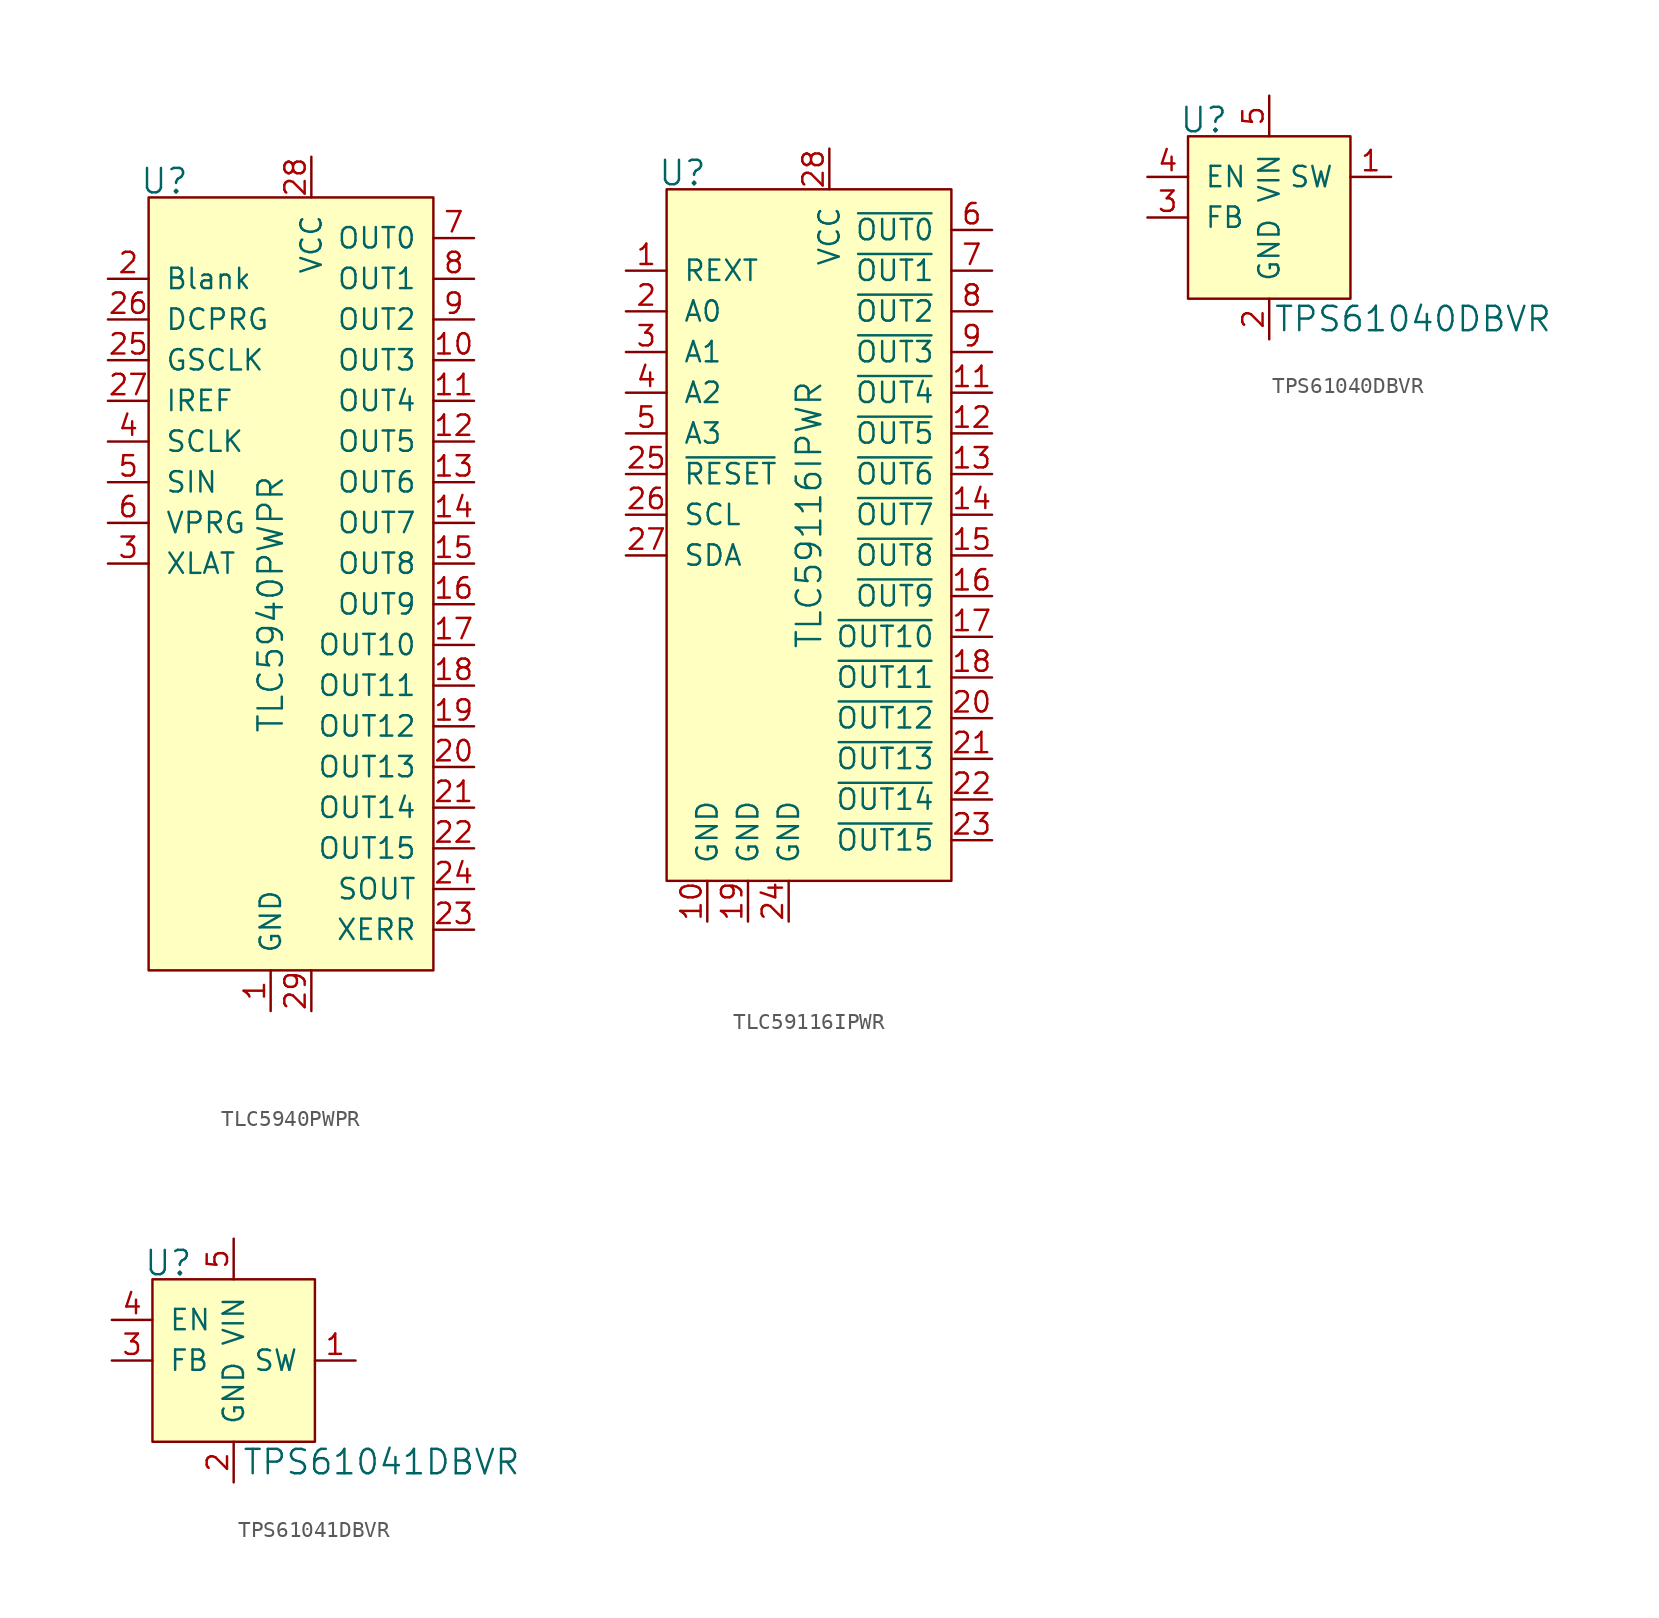
<source format=kicad_sym>
(kicad_symbol_lib
  (version 20231120)
  (generator "kicad_symbol_editor")
  (generator_version "8.0")
  (symbol "TLC5940PWPR"
    (pin_names
      (offset 1.016))
    (property "Reference" "U"
      (at -5.08 13.716 0)
      (effects (font (size 1.524 1.524)) (justify right)))
    (property "Value" "TLC5940PWPR"
      (at 0 -12.7 90)
      (effects (font (size 1.524 1.524))))
    (symbol "TLC5940PWPR_0_1"
      (rectangle (start -7.62 12.7) (end 10.16 -35.56) (stroke (width 0) (type solid)) (fill (type background))))
    (symbol "TLC5940PWPR_1_1"
      (pin power_in line (at 0 -38.1 90) (length 2.54) (name "GND" (effects (font (size 1.27 1.27)))) (number "1" (effects (font (size 1.27 1.27)))))
      (pin power_out line (at 12.7 2.54 180) (length 2.54) (name "OUT3" (effects (font (size 1.27 1.27)))) (number "10" (effects (font (size 1.27 1.27)))))
      (pin power_out line (at 12.7 0 180) (length 2.54) (name "OUT4" (effects (font (size 1.27 1.27)))) (number "11" (effects (font (size 1.27 1.27)))))
      (pin power_out line (at 12.7 -2.54 180) (length 2.54) (name "OUT5" (effects (font (size 1.27 1.27)))) (number "12" (effects (font (size 1.27 1.27)))))
      (pin power_out line (at 12.7 -5.08 180) (length 2.54) (name "OUT6" (effects (font (size 1.27 1.27)))) (number "13" (effects (font (size 1.27 1.27)))))
      (pin power_out line (at 12.7 -7.62 180) (length 2.54) (name "OUT7" (effects (font (size 1.27 1.27)))) (number "14" (effects (font (size 1.27 1.27)))))
      (pin power_out line (at 12.7 -10.16 180) (length 2.54) (name "OUT8" (effects (font (size 1.27 1.27)))) (number "15" (effects (font (size 1.27 1.27)))))
      (pin power_out line (at 12.7 -12.7 180) (length 2.54) (name "OUT9" (effects (font (size 1.27 1.27)))) (number "16" (effects (font (size 1.27 1.27)))))
      (pin power_out line (at 12.7 -15.24 180) (length 2.54) (name "OUT10" (effects (font (size 1.27 1.27)))) (number "17" (effects (font (size 1.27 1.27)))))
      (pin power_out line (at 12.7 -17.78 180) (length 2.54) (name "OUT11" (effects (font (size 1.27 1.27)))) (number "18" (effects (font (size 1.27 1.27)))))
      (pin power_out line (at 12.7 -20.32 180) (length 2.54) (name "OUT12" (effects (font (size 1.27 1.27)))) (number "19" (effects (font (size 1.27 1.27)))))
      (pin input line (at -10.16 7.62 0) (length 2.54) (name "Blank" (effects (font (size 1.27 1.27)))) (number "2" (effects (font (size 1.27 1.27)))))
      (pin power_out line (at 12.7 -22.86 180) (length 2.54) (name "OUT13" (effects (font (size 1.27 1.27)))) (number "20" (effects (font (size 1.27 1.27)))))
      (pin power_out line (at 12.7 -25.4 180) (length 2.54) (name "OUT14" (effects (font (size 1.27 1.27)))) (number "21" (effects (font (size 1.27 1.27)))))
      (pin power_out line (at 12.7 -27.94 180) (length 2.54) (name "OUT15" (effects (font (size 1.27 1.27)))) (number "22" (effects (font (size 1.27 1.27)))))
      (pin output line (at 12.7 -33.02 180) (length 2.54) (name "XERR" (effects (font (size 1.27 1.27)))) (number "23" (effects (font (size 1.27 1.27)))))
      (pin output line (at 12.7 -30.48 180) (length 2.54) (name "SOUT" (effects (font (size 1.27 1.27)))) (number "24" (effects (font (size 1.27 1.27)))))
      (pin input line (at -10.16 2.54 0) (length 2.54) (name "GSCLK" (effects (font (size 1.27 1.27)))) (number "25" (effects (font (size 1.27 1.27)))))
      (pin input line (at -10.16 5.08 0) (length 2.54) (name "DCPRG" (effects (font (size 1.27 1.27)))) (number "26" (effects (font (size 1.27 1.27)))))
      (pin passive line (at -10.16 0 0) (length 2.54) (name "IREF" (effects (font (size 1.27 1.27)))) (number "27" (effects (font (size 1.27 1.27)))))
      (pin power_in line (at 2.54 15.24 270) (length 2.54) (name "VCC" (effects (font (size 1.27 1.27)))) (number "28" (effects (font (size 1.27 1.27)))))
      (pin power_in line (at 2.54 -38.1 90) (length 2.54) (name "~" (effects (font (size 1.27 1.27)))) (number "29" (effects (font (size 1.27 1.27)))))
      (pin input line (at -10.16 -10.16 0) (length 2.54) (name "XLAT" (effects (font (size 1.27 1.27)))) (number "3" (effects (font (size 1.27 1.27)))))
      (pin input line (at -10.16 -2.54 0) (length 2.54) (name "SCLK" (effects (font (size 1.27 1.27)))) (number "4" (effects (font (size 1.27 1.27)))))
      (pin input line (at -10.16 -5.08 0) (length 2.54) (name "SIN" (effects (font (size 1.27 1.27)))) (number "5" (effects (font (size 1.27 1.27)))))
      (pin input line (at -10.16 -7.62 0) (length 2.54) (name "VPRG" (effects (font (size 1.27 1.27)))) (number "6" (effects (font (size 1.27 1.27)))))
      (pin power_out line (at 12.7 10.16 180) (length 2.54) (name "OUT0" (effects (font (size 1.27 1.27)))) (number "7" (effects (font (size 1.27 1.27)))))
      (pin power_out line (at 12.7 7.62 180) (length 2.54) (name "OUT1" (effects (font (size 1.27 1.27)))) (number "8" (effects (font (size 1.27 1.27)))))
      (pin power_out line (at 12.7 5.08 180) (length 2.54) (name "OUT2" (effects (font (size 1.27 1.27)))) (number "9" (effects (font (size 1.27 1.27)))))))
  (symbol "TLC59116IPWR"
    (pin_names
      (offset 1.016))
    (property "Reference" "U"
      (at -12.7 11.176 0)
      (effects (font (size 1.524 1.524)) (justify right)))
    (property "Value" "TLC59116IPWR"
      (at -6.35 -10.16 90)
      (effects (font (size 1.524 1.524))))
    (symbol "TLC59116IPWR_0_1"
      (rectangle (start -15.24 10.16) (end 2.54 -33.02) (stroke (width 0) (type solid)) (fill (type background))))
    (symbol "TLC59116IPWR_1_1"
      (pin passive line (at -17.78 5.08 0) (length 2.54) (name "REXT" (effects (font (size 1.27 1.27)))) (number "1" (effects (font (size 1.27 1.27)))))
      (pin power_in line (at -12.7 -35.56 90) (length 2.54) (name "GND" (effects (font (size 1.27 1.27)))) (number "10" (effects (font (size 1.27 1.27)))))
      (pin power_out line (at 5.08 -2.54 180) (length 2.54) (name "~{OUT4}" (effects (font (size 1.27 1.27)))) (number "11" (effects (font (size 1.27 1.27)))))
      (pin power_out line (at 5.08 -5.08 180) (length 2.54) (name "~{OUT5}" (effects (font (size 1.27 1.27)))) (number "12" (effects (font (size 1.27 1.27)))))
      (pin power_out line (at 5.08 -7.62 180) (length 2.54) (name "~{OUT6}" (effects (font (size 1.27 1.27)))) (number "13" (effects (font (size 1.27 1.27)))))
      (pin power_out line (at 5.08 -10.16 180) (length 2.54) (name "~{OUT7}" (effects (font (size 1.27 1.27)))) (number "14" (effects (font (size 1.27 1.27)))))
      (pin power_out line (at 5.08 -12.7 180) (length 2.54) (name "~{OUT8}" (effects (font (size 1.27 1.27)))) (number "15" (effects (font (size 1.27 1.27)))))
      (pin power_out line (at 5.08 -15.24 180) (length 2.54) (name "~{OUT9}" (effects (font (size 1.27 1.27)))) (number "16" (effects (font (size 1.27 1.27)))))
      (pin power_out line (at 5.08 -17.78 180) (length 2.54) (name "~{OUT10}" (effects (font (size 1.27 1.27)))) (number "17" (effects (font (size 1.27 1.27)))))
      (pin power_out line (at 5.08 -20.32 180) (length 2.54) (name "~{OUT11}" (effects (font (size 1.27 1.27)))) (number "18" (effects (font (size 1.27 1.27)))))
      (pin power_in line (at -10.16 -35.56 90) (length 2.54) (name "GND" (effects (font (size 1.27 1.27)))) (number "19" (effects (font (size 1.27 1.27)))))
      (pin input line (at -17.78 2.54 0) (length 2.54) (name "A0" (effects (font (size 1.27 1.27)))) (number "2" (effects (font (size 1.27 1.27)))))
      (pin power_out line (at 5.08 -22.86 180) (length 2.54) (name "~{OUT12}" (effects (font (size 1.27 1.27)))) (number "20" (effects (font (size 1.27 1.27)))))
      (pin power_out line (at 5.08 -25.4 180) (length 2.54) (name "~{OUT13}" (effects (font (size 1.27 1.27)))) (number "21" (effects (font (size 1.27 1.27)))))
      (pin power_out line (at 5.08 -27.94 180) (length 2.54) (name "~{OUT14}" (effects (font (size 1.27 1.27)))) (number "22" (effects (font (size 1.27 1.27)))))
      (pin power_out line (at 5.08 -30.48 180) (length 2.54) (name "~{OUT15}" (effects (font (size 1.27 1.27)))) (number "23" (effects (font (size 1.27 1.27)))))
      (pin power_in line (at -7.62 -35.56 90) (length 2.54) (name "GND" (effects (font (size 1.27 1.27)))) (number "24" (effects (font (size 1.27 1.27)))))
      (pin input line (at -17.78 -7.62 0) (length 2.54) (name "~{RESET}" (effects (font (size 1.27 1.27)))) (number "25" (effects (font (size 1.27 1.27)))))
      (pin input line (at -17.78 -10.16 0) (length 2.54) (name "SCL" (effects (font (size 1.27 1.27)))) (number "26" (effects (font (size 1.27 1.27)))))
      (pin bidirectional line (at -17.78 -12.7 0) (length 2.54) (name "SDA" (effects (font (size 1.27 1.27)))) (number "27" (effects (font (size 1.27 1.27)))))
      (pin power_in line (at -5.08 12.7 270) (length 2.54) (name "VCC" (effects (font (size 1.27 1.27)))) (number "28" (effects (font (size 1.27 1.27)))))
      (pin input line (at -17.78 0 0) (length 2.54) (name "A1" (effects (font (size 1.27 1.27)))) (number "3" (effects (font (size 1.27 1.27)))))
      (pin input line (at -17.78 -2.54 0) (length 2.54) (name "A2" (effects (font (size 1.27 1.27)))) (number "4" (effects (font (size 1.27 1.27)))))
      (pin input line (at -17.78 -5.08 0) (length 2.54) (name "A3" (effects (font (size 1.27 1.27)))) (number "5" (effects (font (size 1.27 1.27)))))
      (pin power_out line (at 5.08 7.62 180) (length 2.54) (name "~{OUT0}" (effects (font (size 1.27 1.27)))) (number "6" (effects (font (size 1.27 1.27)))))
      (pin power_out line (at 5.08 5.08 180) (length 2.54) (name "~{OUT1}" (effects (font (size 1.27 1.27)))) (number "7" (effects (font (size 1.27 1.27)))))
      (pin power_out line (at 5.08 2.54 180) (length 2.54) (name "~{OUT2}" (effects (font (size 1.27 1.27)))) (number "8" (effects (font (size 1.27 1.27)))))
      (pin power_out line (at 5.08 0 180) (length 2.54) (name "~{OUT3}" (effects (font (size 1.27 1.27)))) (number "9" (effects (font (size 1.27 1.27)))))))
  (symbol "TPS61040DBVR"
    (pin_names
      (offset 1.016))
    (property "Reference" "U"
      (at -2.54 6.096 0)
      (effects (font (size 1.524 1.524)) (justify right)))
    (property "Value" "TPS61040DBVR"
      (at 0.254 -6.35 0)
      (effects (font (size 1.524 1.524)) (justify left)))
    (symbol "TPS61040DBVR_0_1"
      (rectangle (start -5.08 5.08) (end 5.08 -5.08) (stroke (width 0) (type solid)) (fill (type background))))
    (symbol "TPS61040DBVR_1_1"
      (pin power_out line (at 7.62 2.54 180) (length 2.54) (name "SW" (effects (font (size 1.27 1.27)))) (number "1" (effects (font (size 1.27 1.27)))))
      (pin power_in line (at 0 -7.62 90) (length 2.54) (name "GND" (effects (font (size 1.27 1.27)))) (number "2" (effects (font (size 1.27 1.27)))))
      (pin passive line (at -7.62 0 0) (length 2.54) (name "FB" (effects (font (size 1.27 1.27)))) (number "3" (effects (font (size 1.27 1.27)))))
      (pin input line (at -7.62 2.54 0) (length 2.54) (name "EN" (effects (font (size 1.27 1.27)))) (number "4" (effects (font (size 1.27 1.27)))))
      (pin power_in line (at 0 7.62 270) (length 2.54) (name "VIN" (effects (font (size 1.27 1.27)))) (number "5" (effects (font (size 1.27 1.27)))))))
  (symbol "TPS61041DBVR"
    (pin_names
      (offset 1.016))
    (property "Reference" "U"
      (at -2.54 6.096 0)
      (effects (font (size 1.524 1.524)) (justify right)))
    (property "Value" "TPS61041DBVR"
      (at 0.508 -6.35 0)
      (effects (font (size 1.524 1.524)) (justify left)))
    (symbol "TPS61041DBVR_0_1"
      (rectangle (start -5.08 5.08) (end 5.08 -5.08) (stroke (width 0) (type solid)) (fill (type background))))
    (symbol "TPS61041DBVR_1_1"
      (pin power_out line (at 7.62 0 180) (length 2.54) (name "SW" (effects (font (size 1.27 1.27)))) (number "1" (effects (font (size 1.27 1.27)))))
      (pin power_in line (at 0 -7.62 90) (length 2.54) (name "GND" (effects (font (size 1.27 1.27)))) (number "2" (effects (font (size 1.27 1.27)))))
      (pin passive line (at -7.62 0 0) (length 2.54) (name "FB" (effects (font (size 1.27 1.27)))) (number "3" (effects (font (size 1.27 1.27)))))
      (pin input line (at -7.62 2.54 0) (length 2.54) (name "EN" (effects (font (size 1.27 1.27)))) (number "4" (effects (font (size 1.27 1.27)))))
      (pin power_in line (at 0 7.62 270) (length 2.54) (name "VIN" (effects (font (size 1.27 1.27)))) (number "5" (effects (font (size 1.27 1.27))))))))
</source>
